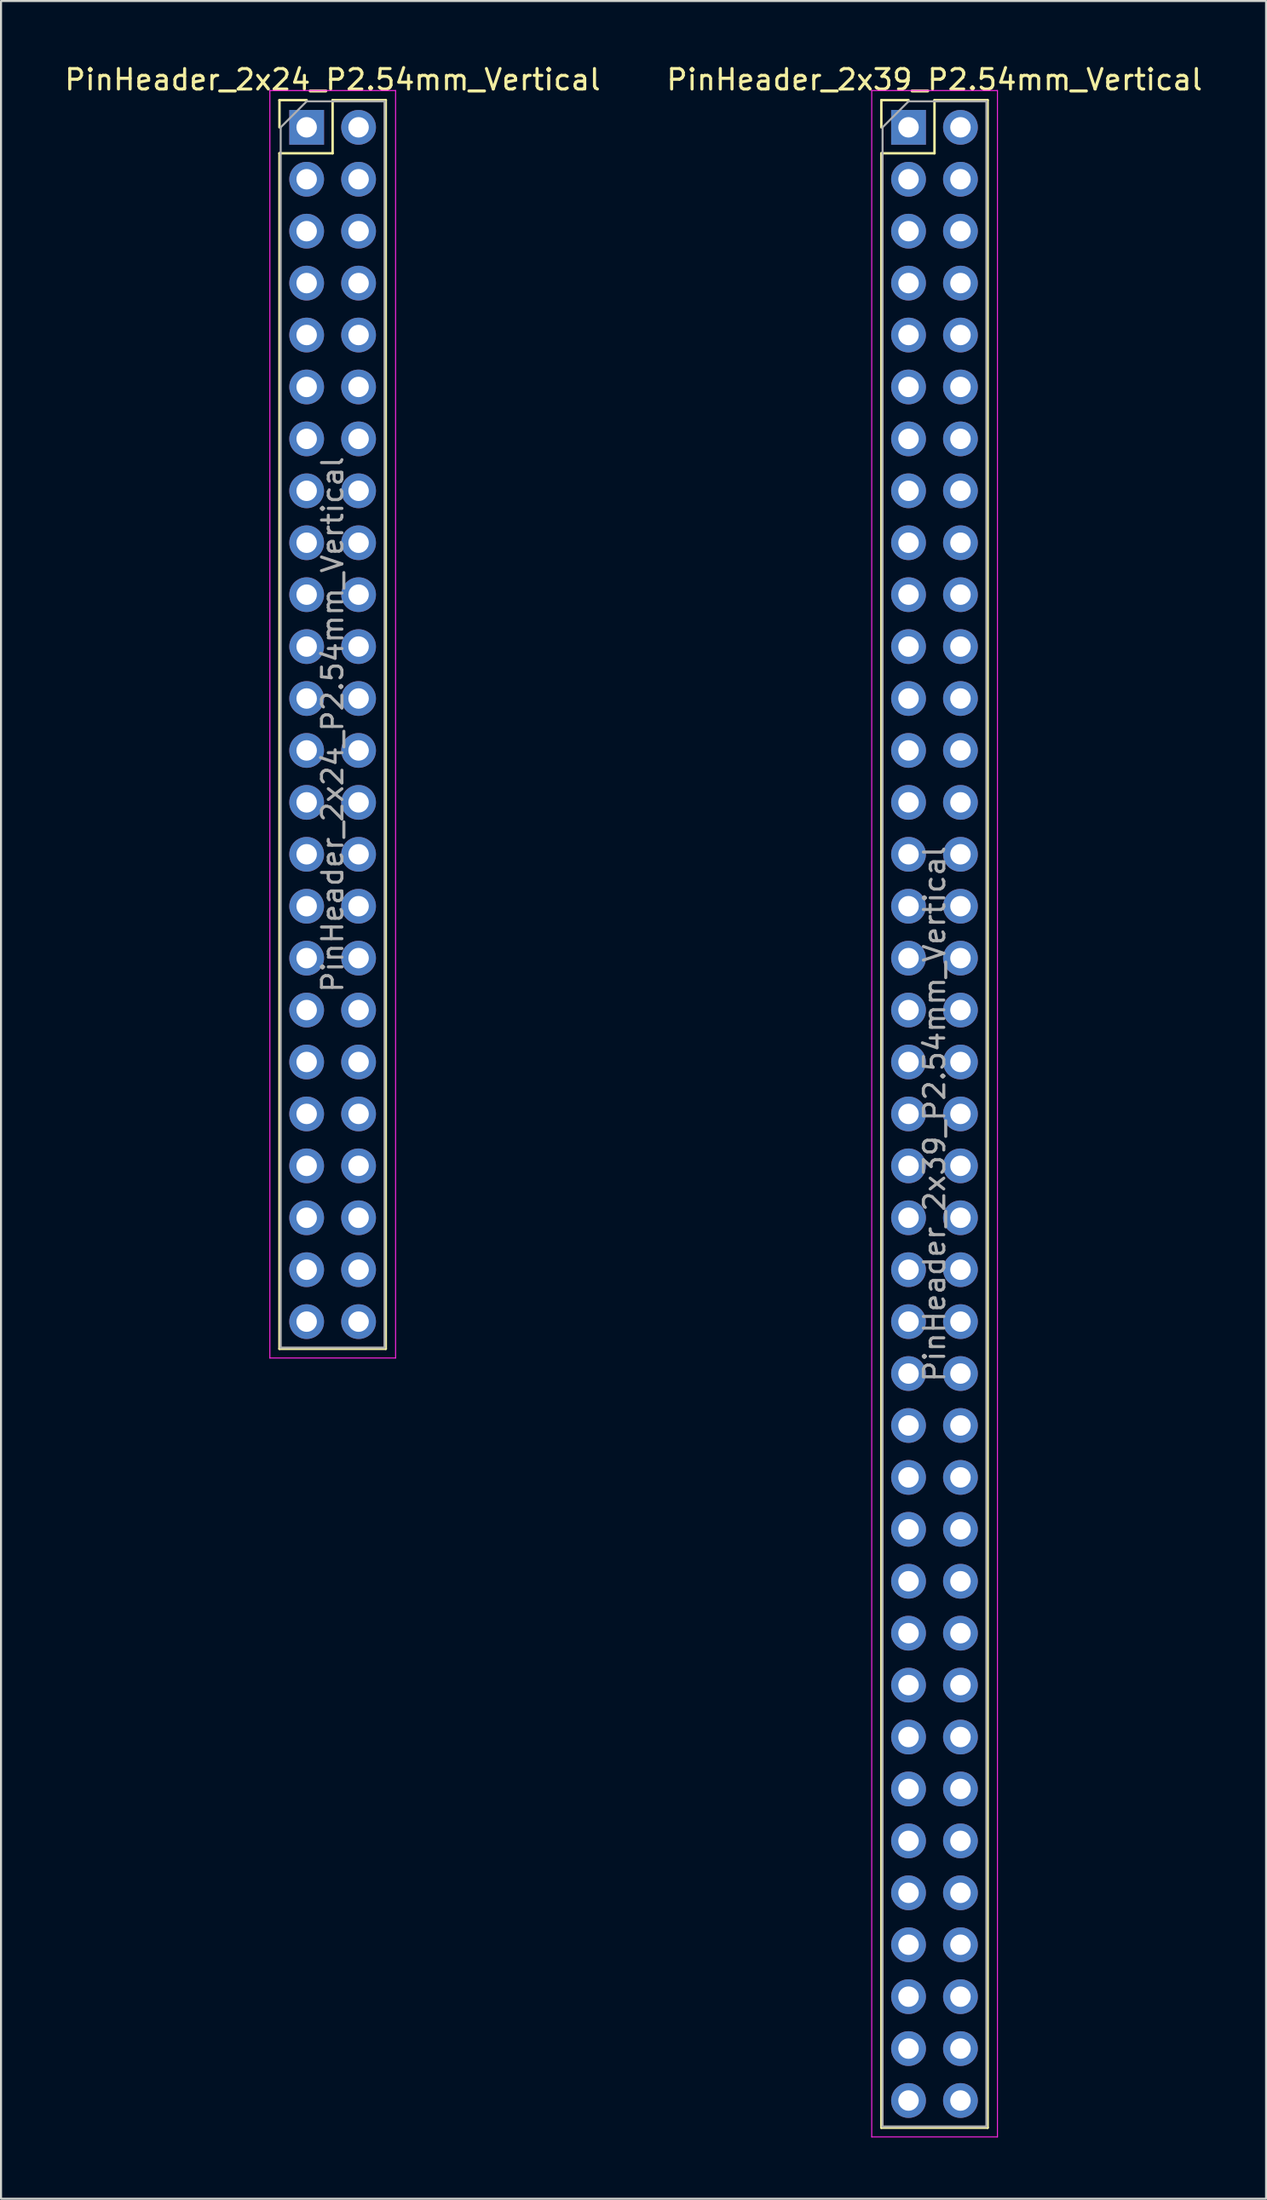
<source format=kicad_pcb>
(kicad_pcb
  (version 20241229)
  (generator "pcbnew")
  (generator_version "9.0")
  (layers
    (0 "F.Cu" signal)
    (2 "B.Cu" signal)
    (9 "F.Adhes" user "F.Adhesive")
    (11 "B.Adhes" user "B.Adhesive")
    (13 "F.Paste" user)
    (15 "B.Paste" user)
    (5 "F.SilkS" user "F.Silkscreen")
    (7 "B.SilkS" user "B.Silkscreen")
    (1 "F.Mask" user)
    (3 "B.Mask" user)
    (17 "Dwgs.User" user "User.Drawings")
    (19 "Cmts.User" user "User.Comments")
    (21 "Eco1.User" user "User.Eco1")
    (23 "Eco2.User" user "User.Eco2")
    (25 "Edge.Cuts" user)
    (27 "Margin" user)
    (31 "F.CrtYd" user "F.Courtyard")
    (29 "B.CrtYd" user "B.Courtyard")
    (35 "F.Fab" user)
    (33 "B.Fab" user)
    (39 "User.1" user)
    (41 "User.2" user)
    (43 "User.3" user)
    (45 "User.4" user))
  (footprint "PinHeader_2x39_P2.54mm_Vertical"
    (layer "F.Cu")
    (at 41.391 3.178)
    (property "Reference" "PinHeader_2x39_P2.54mm_Vertical" (at 1.27 -2.33 0) (layer "F.SilkS") (effects (font (size 1 1) (thickness 0.15))))
    (attr through_hole)
    (fp_line (start -1.33 -1.33) (end 0 -1.33) (stroke (width 0.12) (type solid)) (layer "F.SilkS"))
    (fp_line (start -1.33 0) (end -1.33 -1.33) (stroke (width 0.12) (type solid)) (layer "F.SilkS"))
    (fp_line (start -1.33 1.27) (end -1.33 97.85) (stroke (width 0.12) (type solid)) (layer "F.SilkS"))
    (fp_line (start -1.33 1.27) (end 1.27 1.27) (stroke (width 0.12) (type solid)) (layer "F.SilkS"))
    (fp_line (start -1.33 97.85) (end 3.87 97.85) (stroke (width 0.12) (type solid)) (layer "F.SilkS"))
    (fp_line (start 1.27 -1.33) (end 3.87 -1.33) (stroke (width 0.12) (type solid)) (layer "F.SilkS"))
    (fp_line (start 1.27 1.27) (end 1.27 -1.33) (stroke (width 0.12) (type solid)) (layer "F.SilkS"))
    (fp_line (start 3.87 -1.33) (end 3.87 97.85) (stroke (width 0.12) (type solid)) (layer "F.SilkS"))
    (fp_line (start -1.8 -1.8) (end -1.8 98.3) (stroke (width 0.05) (type solid)) (layer "F.CrtYd"))
    (fp_line (start -1.8 98.3) (end 4.35 98.3) (stroke (width 0.05) (type solid)) (layer "F.CrtYd"))
    (fp_line (start 4.35 -1.8) (end -1.8 -1.8) (stroke (width 0.05) (type solid)) (layer "F.CrtYd"))
    (fp_line (start 4.35 98.3) (end 4.35 -1.8) (stroke (width 0.05) (type solid)) (layer "F.CrtYd"))
    (fp_line (start -1.27 0) (end 0 -1.27) (stroke (width 0.1) (type solid)) (layer "F.Fab"))
    (fp_line (start -1.27 97.79) (end -1.27 0) (stroke (width 0.1) (type solid)) (layer "F.Fab"))
    (fp_line (start 0 -1.27) (end 3.81 -1.27) (stroke (width 0.1) (type solid)) (layer "F.Fab"))
    (fp_line (start 3.81 -1.27) (end 3.81 97.79) (stroke (width 0.1) (type solid)) (layer "F.Fab"))
    (fp_line (start 3.81 97.79) (end -1.27 97.79) (stroke (width 0.1) (type solid)) (layer "F.Fab"))
    (fp_text user "${REFERENCE}" (at 1.27 48.26 90) (layer "F.Fab") (effects (font (size 1 1) (thickness 0.15))))
    (pad "1" thru_hole rect (at 0 0) (size 1.7 1.7) (drill 1) (layers "*.Cu" "*.Mask"))
    (pad "2" thru_hole oval (at 2.54 0) (size 1.7 1.7) (drill 1) (layers "*.Cu" "*.Mask"))
    (pad "3" thru_hole oval (at 0 2.54) (size 1.7 1.7) (drill 1) (layers "*.Cu" "*.Mask"))
    (pad "4" thru_hole oval (at 2.54 2.54) (size 1.7 1.7) (drill 1) (layers "*.Cu" "*.Mask"))
    (pad "5" thru_hole oval (at 0 5.08) (size 1.7 1.7) (drill 1) (layers "*.Cu" "*.Mask"))
    (pad "6" thru_hole oval (at 2.54 5.08) (size 1.7 1.7) (drill 1) (layers "*.Cu" "*.Mask"))
    (pad "7" thru_hole oval (at 0 7.62) (size 1.7 1.7) (drill 1) (layers "*.Cu" "*.Mask"))
    (pad "8" thru_hole oval (at 2.54 7.62) (size 1.7 1.7) (drill 1) (layers "*.Cu" "*.Mask"))
    (pad "9" thru_hole oval (at 0 10.16) (size 1.7 1.7) (drill 1) (layers "*.Cu" "*.Mask"))
    (pad "10" thru_hole oval (at 2.54 10.16) (size 1.7 1.7) (drill 1) (layers "*.Cu" "*.Mask"))
    (pad "11" thru_hole oval (at 0 12.7) (size 1.7 1.7) (drill 1) (layers "*.Cu" "*.Mask"))
    (pad "12" thru_hole oval (at 2.54 12.7) (size 1.7 1.7) (drill 1) (layers "*.Cu" "*.Mask"))
    (pad "13" thru_hole oval (at 0 15.24) (size 1.7 1.7) (drill 1) (layers "*.Cu" "*.Mask"))
    (pad "14" thru_hole oval (at 2.54 15.24) (size 1.7 1.7) (drill 1) (layers "*.Cu" "*.Mask"))
    (pad "15" thru_hole oval (at 0 17.78) (size 1.7 1.7) (drill 1) (layers "*.Cu" "*.Mask"))
    (pad "16" thru_hole oval (at 2.54 17.78) (size 1.7 1.7) (drill 1) (layers "*.Cu" "*.Mask"))
    (pad "17" thru_hole oval (at 0 20.32) (size 1.7 1.7) (drill 1) (layers "*.Cu" "*.Mask"))
    (pad "18" thru_hole oval (at 2.54 20.32) (size 1.7 1.7) (drill 1) (layers "*.Cu" "*.Mask"))
    (pad "19" thru_hole oval (at 0 22.86) (size 1.7 1.7) (drill 1) (layers "*.Cu" "*.Mask"))
    (pad "20" thru_hole oval (at 2.54 22.86) (size 1.7 1.7) (drill 1) (layers "*.Cu" "*.Mask"))
    (pad "21" thru_hole oval (at 0 25.4) (size 1.7 1.7) (drill 1) (layers "*.Cu" "*.Mask"))
    (pad "22" thru_hole oval (at 2.54 25.4) (size 1.7 1.7) (drill 1) (layers "*.Cu" "*.Mask"))
    (pad "23" thru_hole oval (at 0 27.94) (size 1.7 1.7) (drill 1) (layers "*.Cu" "*.Mask"))
    (pad "24" thru_hole oval (at 2.54 27.94) (size 1.7 1.7) (drill 1) (layers "*.Cu" "*.Mask"))
    (pad "25" thru_hole oval (at 0 30.48) (size 1.7 1.7) (drill 1) (layers "*.Cu" "*.Mask"))
    (pad "26" thru_hole oval (at 2.54 30.48) (size 1.7 1.7) (drill 1) (layers "*.Cu" "*.Mask"))
    (pad "27" thru_hole oval (at 0 33.02) (size 1.7 1.7) (drill 1) (layers "*.Cu" "*.Mask"))
    (pad "28" thru_hole oval (at 2.54 33.02) (size 1.7 1.7) (drill 1) (layers "*.Cu" "*.Mask"))
    (pad "29" thru_hole oval (at 0 35.56) (size 1.7 1.7) (drill 1) (layers "*.Cu" "*.Mask"))
    (pad "30" thru_hole oval (at 2.54 35.56) (size 1.7 1.7) (drill 1) (layers "*.Cu" "*.Mask"))
    (pad "31" thru_hole oval (at 0 38.1) (size 1.7 1.7) (drill 1) (layers "*.Cu" "*.Mask"))
    (pad "32" thru_hole oval (at 2.54 38.1) (size 1.7 1.7) (drill 1) (layers "*.Cu" "*.Mask"))
    (pad "33" thru_hole oval (at 0 40.64) (size 1.7 1.7) (drill 1) (layers "*.Cu" "*.Mask"))
    (pad "34" thru_hole oval (at 2.54 40.64) (size 1.7 1.7) (drill 1) (layers "*.Cu" "*.Mask"))
    (pad "35" thru_hole oval (at 0 43.18) (size 1.7 1.7) (drill 1) (layers "*.Cu" "*.Mask"))
    (pad "36" thru_hole oval (at 2.54 43.18) (size 1.7 1.7) (drill 1) (layers "*.Cu" "*.Mask"))
    (pad "37" thru_hole oval (at 0 45.72) (size 1.7 1.7) (drill 1) (layers "*.Cu" "*.Mask"))
    (pad "38" thru_hole oval (at 2.54 45.72) (size 1.7 1.7) (drill 1) (layers "*.Cu" "*.Mask"))
    (pad "39" thru_hole oval (at 0 48.26) (size 1.7 1.7) (drill 1) (layers "*.Cu" "*.Mask"))
    (pad "40" thru_hole oval (at 2.54 48.26) (size 1.7 1.7) (drill 1) (layers "*.Cu" "*.Mask"))
    (pad "41" thru_hole oval (at 0 50.8) (size 1.7 1.7) (drill 1) (layers "*.Cu" "*.Mask"))
    (pad "42" thru_hole oval (at 2.54 50.8) (size 1.7 1.7) (drill 1) (layers "*.Cu" "*.Mask"))
    (pad "43" thru_hole oval (at 0 53.34) (size 1.7 1.7) (drill 1) (layers "*.Cu" "*.Mask"))
    (pad "44" thru_hole oval (at 2.54 53.34) (size 1.7 1.7) (drill 1) (layers "*.Cu" "*.Mask"))
    (pad "45" thru_hole oval (at 0 55.88) (size 1.7 1.7) (drill 1) (layers "*.Cu" "*.Mask"))
    (pad "46" thru_hole oval (at 2.54 55.88) (size 1.7 1.7) (drill 1) (layers "*.Cu" "*.Mask"))
    (pad "47" thru_hole oval (at 0 58.42) (size 1.7 1.7) (drill 1) (layers "*.Cu" "*.Mask"))
    (pad "48" thru_hole oval (at 2.54 58.42) (size 1.7 1.7) (drill 1) (layers "*.Cu" "*.Mask"))
    (pad "49" thru_hole oval (at 0 60.96) (size 1.7 1.7) (drill 1) (layers "*.Cu" "*.Mask"))
    (pad "50" thru_hole oval (at 2.54 60.96) (size 1.7 1.7) (drill 1) (layers "*.Cu" "*.Mask"))
    (pad "51" thru_hole oval (at 0 63.5) (size 1.7 1.7) (drill 1) (layers "*.Cu" "*.Mask"))
    (pad "52" thru_hole oval (at 2.54 63.5) (size 1.7 1.7) (drill 1) (layers "*.Cu" "*.Mask"))
    (pad "53" thru_hole oval (at 0 66.04) (size 1.7 1.7) (drill 1) (layers "*.Cu" "*.Mask"))
    (pad "54" thru_hole oval (at 2.54 66.04) (size 1.7 1.7) (drill 1) (layers "*.Cu" "*.Mask"))
    (pad "55" thru_hole oval (at 0 68.58) (size 1.7 1.7) (drill 1) (layers "*.Cu" "*.Mask"))
    (pad "56" thru_hole oval (at 2.54 68.58) (size 1.7 1.7) (drill 1) (layers "*.Cu" "*.Mask"))
    (pad "57" thru_hole oval (at 0 71.12) (size 1.7 1.7) (drill 1) (layers "*.Cu" "*.Mask"))
    (pad "58" thru_hole oval (at 2.54 71.12) (size 1.7 1.7) (drill 1) (layers "*.Cu" "*.Mask"))
    (pad "59" thru_hole oval (at 0 73.66) (size 1.7 1.7) (drill 1) (layers "*.Cu" "*.Mask"))
    (pad "60" thru_hole oval (at 2.54 73.66) (size 1.7 1.7) (drill 1) (layers "*.Cu" "*.Mask"))
    (pad "61" thru_hole oval (at 0 76.2) (size 1.7 1.7) (drill 1) (layers "*.Cu" "*.Mask"))
    (pad "62" thru_hole oval (at 2.54 76.2) (size 1.7 1.7) (drill 1) (layers "*.Cu" "*.Mask"))
    (pad "63" thru_hole oval (at 0 78.74) (size 1.7 1.7) (drill 1) (layers "*.Cu" "*.Mask"))
    (pad "64" thru_hole oval (at 2.54 78.74) (size 1.7 1.7) (drill 1) (layers "*.Cu" "*.Mask"))
    (pad "65" thru_hole oval (at 0 81.28) (size 1.7 1.7) (drill 1) (layers "*.Cu" "*.Mask"))
    (pad "66" thru_hole oval (at 2.54 81.28) (size 1.7 1.7) (drill 1) (layers "*.Cu" "*.Mask"))
    (pad "67" thru_hole oval (at 0 83.82) (size 1.7 1.7) (drill 1) (layers "*.Cu" "*.Mask"))
    (pad "68" thru_hole oval (at 2.54 83.82) (size 1.7 1.7) (drill 1) (layers "*.Cu" "*.Mask"))
    (pad "69" thru_hole oval (at 0 86.36) (size 1.7 1.7) (drill 1) (layers "*.Cu" "*.Mask"))
    (pad "70" thru_hole oval (at 2.54 86.36) (size 1.7 1.7) (drill 1) (layers "*.Cu" "*.Mask"))
    (pad "71" thru_hole oval (at 0 88.9) (size 1.7 1.7) (drill 1) (layers "*.Cu" "*.Mask"))
    (pad "72" thru_hole oval (at 2.54 88.9) (size 1.7 1.7) (drill 1) (layers "*.Cu" "*.Mask"))
    (pad "73" thru_hole oval (at 0 91.44) (size 1.7 1.7) (drill 1) (layers "*.Cu" "*.Mask"))
    (pad "74" thru_hole oval (at 2.54 91.44) (size 1.7 1.7) (drill 1) (layers "*.Cu" "*.Mask"))
    (pad "75" thru_hole oval (at 0 93.98) (size 1.7 1.7) (drill 1) (layers "*.Cu" "*.Mask"))
    (pad "76" thru_hole oval (at 2.54 93.98) (size 1.7 1.7) (drill 1) (layers "*.Cu" "*.Mask"))
    (pad "77" thru_hole oval (at 0 96.52) (size 1.7 1.7) (drill 1) (layers "*.Cu" "*.Mask"))
    (pad "78" thru_hole oval (at 2.54 96.52) (size 1.7 1.7) (drill 1) (layers "*.Cu" "*.Mask")))
  (footprint "PinHeader_2x24_P2.54mm_Vertical"
    (layer "F.Cu")
    (at 11.95 3.178)
    (property "Reference" "PinHeader_2x24_P2.54mm_Vertical" (at 1.27 -2.33 0) (layer "F.SilkS") (effects (font (size 1 1) (thickness 0.15))))
    (attr through_hole)
    (fp_line (start -1.33 -1.33) (end 0 -1.33) (stroke (width 0.12) (type solid)) (layer "F.SilkS"))
    (fp_line (start -1.33 0) (end -1.33 -1.33) (stroke (width 0.12) (type solid)) (layer "F.SilkS"))
    (fp_line (start -1.33 1.27) (end -1.33 59.75) (stroke (width 0.12) (type solid)) (layer "F.SilkS"))
    (fp_line (start -1.33 1.27) (end 1.27 1.27) (stroke (width 0.12) (type solid)) (layer "F.SilkS"))
    (fp_line (start -1.33 59.75) (end 3.87 59.75) (stroke (width 0.12) (type solid)) (layer "F.SilkS"))
    (fp_line (start 1.27 -1.33) (end 3.87 -1.33) (stroke (width 0.12) (type solid)) (layer "F.SilkS"))
    (fp_line (start 1.27 1.27) (end 1.27 -1.33) (stroke (width 0.12) (type solid)) (layer "F.SilkS"))
    (fp_line (start 3.87 -1.33) (end 3.87 59.75) (stroke (width 0.12) (type solid)) (layer "F.SilkS"))
    (fp_line (start -1.8 -1.8) (end -1.8 60.2) (stroke (width 0.05) (type solid)) (layer "F.CrtYd"))
    (fp_line (start -1.8 60.2) (end 4.35 60.2) (stroke (width 0.05) (type solid)) (layer "F.CrtYd"))
    (fp_line (start 4.35 -1.8) (end -1.8 -1.8) (stroke (width 0.05) (type solid)) (layer "F.CrtYd"))
    (fp_line (start 4.35 60.2) (end 4.35 -1.8) (stroke (width 0.05) (type solid)) (layer "F.CrtYd"))
    (fp_line (start -1.27 0) (end 0 -1.27) (stroke (width 0.1) (type solid)) (layer "F.Fab"))
    (fp_line (start -1.27 59.69) (end -1.27 0) (stroke (width 0.1) (type solid)) (layer "F.Fab"))
    (fp_line (start 0 -1.27) (end 3.81 -1.27) (stroke (width 0.1) (type solid)) (layer "F.Fab"))
    (fp_line (start 3.81 -1.27) (end 3.81 59.69) (stroke (width 0.1) (type solid)) (layer "F.Fab"))
    (fp_line (start 3.81 59.69) (end -1.27 59.69) (stroke (width 0.1) (type solid)) (layer "F.Fab"))
    (fp_text user "${REFERENCE}" (at 1.27 29.21 90) (layer "F.Fab") (effects (font (size 1 1) (thickness 0.15))))
    (pad "1" thru_hole rect (at 0 0) (size 1.7 1.7) (drill 1) (layers "*.Cu" "*.Mask"))
    (pad "2" thru_hole oval (at 2.54 0) (size 1.7 1.7) (drill 1) (layers "*.Cu" "*.Mask"))
    (pad "3" thru_hole oval (at 0 2.54) (size 1.7 1.7) (drill 1) (layers "*.Cu" "*.Mask"))
    (pad "4" thru_hole oval (at 2.54 2.54) (size 1.7 1.7) (drill 1) (layers "*.Cu" "*.Mask"))
    (pad "5" thru_hole oval (at 0 5.08) (size 1.7 1.7) (drill 1) (layers "*.Cu" "*.Mask"))
    (pad "6" thru_hole oval (at 2.54 5.08) (size 1.7 1.7) (drill 1) (layers "*.Cu" "*.Mask"))
    (pad "7" thru_hole oval (at 0 7.62) (size 1.7 1.7) (drill 1) (layers "*.Cu" "*.Mask"))
    (pad "8" thru_hole oval (at 2.54 7.62) (size 1.7 1.7) (drill 1) (layers "*.Cu" "*.Mask"))
    (pad "9" thru_hole oval (at 0 10.16) (size 1.7 1.7) (drill 1) (layers "*.Cu" "*.Mask"))
    (pad "10" thru_hole oval (at 2.54 10.16) (size 1.7 1.7) (drill 1) (layers "*.Cu" "*.Mask"))
    (pad "11" thru_hole oval (at 0 12.7) (size 1.7 1.7) (drill 1) (layers "*.Cu" "*.Mask"))
    (pad "12" thru_hole oval (at 2.54 12.7) (size 1.7 1.7) (drill 1) (layers "*.Cu" "*.Mask"))
    (pad "13" thru_hole oval (at 0 15.24) (size 1.7 1.7) (drill 1) (layers "*.Cu" "*.Mask"))
    (pad "14" thru_hole oval (at 2.54 15.24) (size 1.7 1.7) (drill 1) (layers "*.Cu" "*.Mask"))
    (pad "15" thru_hole oval (at 0 17.78) (size 1.7 1.7) (drill 1) (layers "*.Cu" "*.Mask"))
    (pad "16" thru_hole oval (at 2.54 17.78) (size 1.7 1.7) (drill 1) (layers "*.Cu" "*.Mask"))
    (pad "17" thru_hole oval (at 0 20.32) (size 1.7 1.7) (drill 1) (layers "*.Cu" "*.Mask"))
    (pad "18" thru_hole oval (at 2.54 20.32) (size 1.7 1.7) (drill 1) (layers "*.Cu" "*.Mask"))
    (pad "19" thru_hole oval (at 0 22.86) (size 1.7 1.7) (drill 1) (layers "*.Cu" "*.Mask"))
    (pad "20" thru_hole oval (at 2.54 22.86) (size 1.7 1.7) (drill 1) (layers "*.Cu" "*.Mask"))
    (pad "21" thru_hole oval (at 0 25.4) (size 1.7 1.7) (drill 1) (layers "*.Cu" "*.Mask"))
    (pad "22" thru_hole oval (at 2.54 25.4) (size 1.7 1.7) (drill 1) (layers "*.Cu" "*.Mask"))
    (pad "23" thru_hole oval (at 0 27.94) (size 1.7 1.7) (drill 1) (layers "*.Cu" "*.Mask"))
    (pad "24" thru_hole oval (at 2.54 27.94) (size 1.7 1.7) (drill 1) (layers "*.Cu" "*.Mask"))
    (pad "25" thru_hole oval (at 0 30.48) (size 1.7 1.7) (drill 1) (layers "*.Cu" "*.Mask"))
    (pad "26" thru_hole oval (at 2.54 30.48) (size 1.7 1.7) (drill 1) (layers "*.Cu" "*.Mask"))
    (pad "27" thru_hole oval (at 0 33.02) (size 1.7 1.7) (drill 1) (layers "*.Cu" "*.Mask"))
    (pad "28" thru_hole oval (at 2.54 33.02) (size 1.7 1.7) (drill 1) (layers "*.Cu" "*.Mask"))
    (pad "29" thru_hole oval (at 0 35.56) (size 1.7 1.7) (drill 1) (layers "*.Cu" "*.Mask"))
    (pad "30" thru_hole oval (at 2.54 35.56) (size 1.7 1.7) (drill 1) (layers "*.Cu" "*.Mask"))
    (pad "31" thru_hole oval (at 0 38.1) (size 1.7 1.7) (drill 1) (layers "*.Cu" "*.Mask"))
    (pad "32" thru_hole oval (at 2.54 38.1) (size 1.7 1.7) (drill 1) (layers "*.Cu" "*.Mask"))
    (pad "33" thru_hole oval (at 0 40.64) (size 1.7 1.7) (drill 1) (layers "*.Cu" "*.Mask"))
    (pad "34" thru_hole oval (at 2.54 40.64) (size 1.7 1.7) (drill 1) (layers "*.Cu" "*.Mask"))
    (pad "35" thru_hole oval (at 0 43.18) (size 1.7 1.7) (drill 1) (layers "*.Cu" "*.Mask"))
    (pad "36" thru_hole oval (at 2.54 43.18) (size 1.7 1.7) (drill 1) (layers "*.Cu" "*.Mask"))
    (pad "37" thru_hole oval (at 0 45.72) (size 1.7 1.7) (drill 1) (layers "*.Cu" "*.Mask"))
    (pad "38" thru_hole oval (at 2.54 45.72) (size 1.7 1.7) (drill 1) (layers "*.Cu" "*.Mask"))
    (pad "39" thru_hole oval (at 0 48.26) (size 1.7 1.7) (drill 1) (layers "*.Cu" "*.Mask"))
    (pad "40" thru_hole oval (at 2.54 48.26) (size 1.7 1.7) (drill 1) (layers "*.Cu" "*.Mask"))
    (pad "41" thru_hole oval (at 0 50.8) (size 1.7 1.7) (drill 1) (layers "*.Cu" "*.Mask"))
    (pad "42" thru_hole oval (at 2.54 50.8) (size 1.7 1.7) (drill 1) (layers "*.Cu" "*.Mask"))
    (pad "43" thru_hole oval (at 0 53.34) (size 1.7 1.7) (drill 1) (layers "*.Cu" "*.Mask"))
    (pad "44" thru_hole oval (at 2.54 53.34) (size 1.7 1.7) (drill 1) (layers "*.Cu" "*.Mask"))
    (pad "45" thru_hole oval (at 0 55.88) (size 1.7 1.7) (drill 1) (layers "*.Cu" "*.Mask"))
    (pad "46" thru_hole oval (at 2.54 55.88) (size 1.7 1.7) (drill 1) (layers "*.Cu" "*.Mask"))
    (pad "47" thru_hole oval (at 0 58.42) (size 1.7 1.7) (drill 1) (layers "*.Cu" "*.Mask"))
    (pad "48" thru_hole oval (at 2.54 58.42) (size 1.7 1.7) (drill 1) (layers "*.Cu" "*.Mask")))
  (gr_rect
    (start -3 -3)
    (end 58.881 104.503)
    (stroke (width 0.1) (type default))
    (fill no)
    (layer "Edge.Cuts")))
</source>
